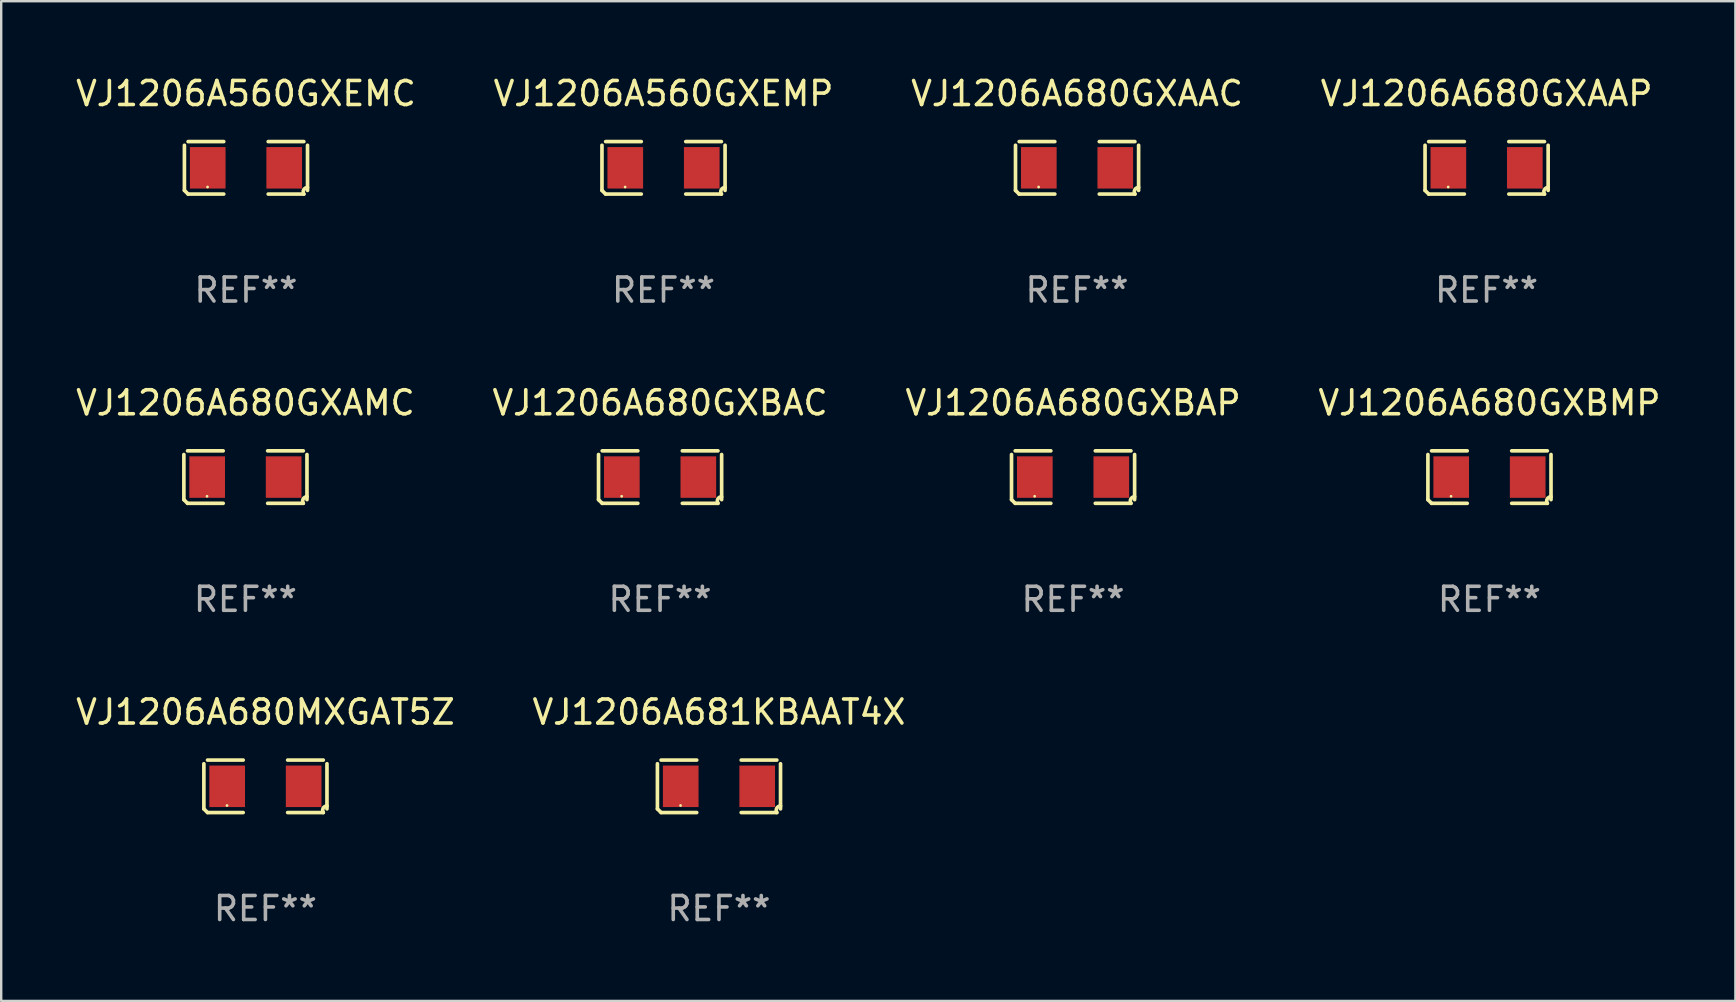
<source format=kicad_pcb>
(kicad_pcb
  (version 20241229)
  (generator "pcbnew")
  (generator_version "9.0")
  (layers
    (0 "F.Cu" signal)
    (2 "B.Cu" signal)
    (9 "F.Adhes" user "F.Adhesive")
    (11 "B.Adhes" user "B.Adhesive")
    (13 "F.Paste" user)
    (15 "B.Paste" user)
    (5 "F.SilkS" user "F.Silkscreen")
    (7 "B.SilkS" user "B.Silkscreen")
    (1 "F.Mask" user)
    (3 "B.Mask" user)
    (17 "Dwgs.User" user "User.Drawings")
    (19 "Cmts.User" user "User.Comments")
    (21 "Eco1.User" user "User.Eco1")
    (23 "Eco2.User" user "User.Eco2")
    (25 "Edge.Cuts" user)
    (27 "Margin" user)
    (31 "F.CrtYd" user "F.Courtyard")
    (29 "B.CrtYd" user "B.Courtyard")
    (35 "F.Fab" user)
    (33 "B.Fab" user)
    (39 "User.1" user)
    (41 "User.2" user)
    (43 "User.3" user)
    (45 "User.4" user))
  (footprint "VJ1206A680GXBAC"
    (layer "F.Cu")
    (at 24.446 16.823)
    (property "Reference" "VJ1206A680GXBAC" (at 0 -3.093 0) (layer "F.SilkS") (effects (font (size 1 1) (thickness 0.15))))
    (attr through_hole)
    (fp_line (start -2.564 0.94) (end -2.564 -0.94) (stroke (width 0.152) (type solid)) (layer "F.SilkS"))
    (fp_line (start -2.411 -1.093) (end -0.926 -1.093) (stroke (width 0.152) (type solid)) (layer "F.SilkS"))
    (fp_line (start -0.926 1.093) (end -2.411 1.093) (stroke (width 0.152) (type solid)) (layer "F.SilkS"))
    (fp_line (start 0.926 1.093) (end 2.411 1.093) (stroke (width 0.152) (type solid)) (layer "F.SilkS"))
    (fp_line (start 2.411 -1.093) (end 0.926 -1.093) (stroke (width 0.152) (type solid)) (layer "F.SilkS"))
    (fp_line (start 2.564 0.94) (end 2.564 -0.94) (stroke (width 0.152) (type solid)) (layer "F.SilkS"))
    (fp_arc (start -2.411201 1.092609) (mid -2.487413 1.01642) (end -2.563602 0.940208) (stroke (width 0.1524) (type solid)) (layer "F.SilkS"))
    (fp_arc (start 2.411201 1.092609) (mid 2.407159 0.911226) (end 2.563602 0.819347) (stroke (width 0.1524) (type solid)) (layer "F.SilkS"))
    (fp_circle (center -1.6 0.8) (end -1.57 0.8) (stroke (width 0.06) (type solid)) (fill no) (layer "F.SilkS"))
    (fp_text user "REF**" (at 0 5.093 0) (layer "F.Fab") (effects (font (size 1 1) (thickness 0.15))))
    (pad "1" smd rect (at -1.593 0) (size 1.485 1.728) (layers "F.Cu" "F.Mask" "F.Paste"))
    (pad "2" smd rect (at 1.593 0) (size 1.485 1.728) (layers "F.Cu" "F.Mask" "F.Paste")))
  (footprint "VJ1206A560GXEMC"
    (layer "F.Cu")
    (at 7.196 3.941)
    (property "Reference" "VJ1206A560GXEMC" (at 0 -3.093 0) (layer "F.SilkS") (effects (font (size 1 1) (thickness 0.15))))
    (attr through_hole)
    (fp_line (start -2.564 0.94) (end -2.564 -0.94) (stroke (width 0.152) (type solid)) (layer "F.SilkS"))
    (fp_line (start -2.411 -1.093) (end -0.926 -1.093) (stroke (width 0.152) (type solid)) (layer "F.SilkS"))
    (fp_line (start -0.926 1.093) (end -2.411 1.093) (stroke (width 0.152) (type solid)) (layer "F.SilkS"))
    (fp_line (start 0.926 1.093) (end 2.411 1.093) (stroke (width 0.152) (type solid)) (layer "F.SilkS"))
    (fp_line (start 2.411 -1.093) (end 0.926 -1.093) (stroke (width 0.152) (type solid)) (layer "F.SilkS"))
    (fp_line (start 2.564 0.94) (end 2.564 -0.94) (stroke (width 0.152) (type solid)) (layer "F.SilkS"))
    (fp_arc (start -2.411201 1.092609) (mid -2.487413 1.01642) (end -2.563602 0.940208) (stroke (width 0.1524) (type solid)) (layer "F.SilkS"))
    (fp_arc (start 2.411201 1.092609) (mid 2.407159 0.911226) (end 2.563602 0.819347) (stroke (width 0.1524) (type solid)) (layer "F.SilkS"))
    (fp_circle (center -1.6 0.8) (end -1.57 0.8) (stroke (width 0.06) (type solid)) (fill no) (layer "F.SilkS"))
    (fp_text user "REF**" (at 0 5.093 0) (layer "F.Fab") (effects (font (size 1 1) (thickness 0.15))))
    (pad "1" smd rect (at -1.593 0) (size 1.485 1.728) (layers "F.Cu" "F.Mask" "F.Paste"))
    (pad "2" smd rect (at 1.593 0) (size 1.485 1.728) (layers "F.Cu" "F.Mask" "F.Paste")))
  (footprint "VJ1206A680GXAMC"
    (layer "F.Cu")
    (at 7.173 16.823)
    (property "Reference" "VJ1206A680GXAMC" (at 0 -3.093 0) (layer "F.SilkS") (effects (font (size 1 1) (thickness 0.15))))
    (attr through_hole)
    (fp_line (start -2.564 0.94) (end -2.564 -0.94) (stroke (width 0.152) (type solid)) (layer "F.SilkS"))
    (fp_line (start -2.411 -1.093) (end -0.926 -1.093) (stroke (width 0.152) (type solid)) (layer "F.SilkS"))
    (fp_line (start -0.926 1.093) (end -2.411 1.093) (stroke (width 0.152) (type solid)) (layer "F.SilkS"))
    (fp_line (start 0.926 1.093) (end 2.411 1.093) (stroke (width 0.152) (type solid)) (layer "F.SilkS"))
    (fp_line (start 2.411 -1.093) (end 0.926 -1.093) (stroke (width 0.152) (type solid)) (layer "F.SilkS"))
    (fp_line (start 2.564 0.94) (end 2.564 -0.94) (stroke (width 0.152) (type solid)) (layer "F.SilkS"))
    (fp_arc (start -2.411201 1.092609) (mid -2.487413 1.01642) (end -2.563602 0.940208) (stroke (width 0.1524) (type solid)) (layer "F.SilkS"))
    (fp_arc (start 2.411201 1.092609) (mid 2.407159 0.911226) (end 2.563602 0.819347) (stroke (width 0.1524) (type solid)) (layer "F.SilkS"))
    (fp_circle (center -1.6 0.8) (end -1.57 0.8) (stroke (width 0.06) (type solid)) (fill no) (layer "F.SilkS"))
    (fp_text user "REF**" (at 0 5.093 0) (layer "F.Fab") (effects (font (size 1 1) (thickness 0.15))))
    (pad "1" smd rect (at -1.593 0) (size 1.485 1.728) (layers "F.Cu" "F.Mask" "F.Paste"))
    (pad "2" smd rect (at 1.593 0) (size 1.485 1.728) (layers "F.Cu" "F.Mask" "F.Paste")))
  (footprint "VJ1206A680GXAAC"
    (layer "F.Cu")
    (at 41.815 3.941)
    (property "Reference" "VJ1206A680GXAAC" (at 0 -3.093 0) (layer "F.SilkS") (effects (font (size 1 1) (thickness 0.15))))
    (attr through_hole)
    (fp_line (start -2.564 0.94) (end -2.564 -0.94) (stroke (width 0.152) (type solid)) (layer "F.SilkS"))
    (fp_line (start -2.411 -1.093) (end -0.926 -1.093) (stroke (width 0.152) (type solid)) (layer "F.SilkS"))
    (fp_line (start -0.926 1.093) (end -2.411 1.093) (stroke (width 0.152) (type solid)) (layer "F.SilkS"))
    (fp_line (start 0.926 1.093) (end 2.411 1.093) (stroke (width 0.152) (type solid)) (layer "F.SilkS"))
    (fp_line (start 2.411 -1.093) (end 0.926 -1.093) (stroke (width 0.152) (type solid)) (layer "F.SilkS"))
    (fp_line (start 2.564 0.94) (end 2.564 -0.94) (stroke (width 0.152) (type solid)) (layer "F.SilkS"))
    (fp_arc (start -2.411201 1.092609) (mid -2.487413 1.01642) (end -2.563602 0.940208) (stroke (width 0.1524) (type solid)) (layer "F.SilkS"))
    (fp_arc (start 2.411201 1.092609) (mid 2.407159 0.911226) (end 2.563602 0.819347) (stroke (width 0.1524) (type solid)) (layer "F.SilkS"))
    (fp_circle (center -1.6 0.8) (end -1.57 0.8) (stroke (width 0.06) (type solid)) (fill no) (layer "F.SilkS"))
    (fp_text user "REF**" (at 0 5.093 0) (layer "F.Fab") (effects (font (size 1 1) (thickness 0.15))))
    (pad "1" smd rect (at -1.593 0) (size 1.485 1.728) (layers "F.Cu" "F.Mask" "F.Paste"))
    (pad "2" smd rect (at 1.593 0) (size 1.485 1.728) (layers "F.Cu" "F.Mask" "F.Paste")))
  (footprint "VJ1206A680MXGAT5Z"
    (layer "F.Cu")
    (at 8.006 29.704)
    (property "Reference" "VJ1206A680MXGAT5Z" (at 0 -3.093 0) (layer "F.SilkS") (effects (font (size 1 1) (thickness 0.15))))
    (attr through_hole)
    (fp_line (start -2.564 0.94) (end -2.564 -0.94) (stroke (width 0.152) (type solid)) (layer "F.SilkS"))
    (fp_line (start -2.411 -1.093) (end -0.926 -1.093) (stroke (width 0.152) (type solid)) (layer "F.SilkS"))
    (fp_line (start -0.926 1.093) (end -2.411 1.093) (stroke (width 0.152) (type solid)) (layer "F.SilkS"))
    (fp_line (start 0.926 1.093) (end 2.411 1.093) (stroke (width 0.152) (type solid)) (layer "F.SilkS"))
    (fp_line (start 2.411 -1.093) (end 0.926 -1.093) (stroke (width 0.152) (type solid)) (layer "F.SilkS"))
    (fp_line (start 2.564 0.94) (end 2.564 -0.94) (stroke (width 0.152) (type solid)) (layer "F.SilkS"))
    (fp_arc (start -2.411201 1.092609) (mid -2.487413 1.01642) (end -2.563602 0.940208) (stroke (width 0.1524) (type solid)) (layer "F.SilkS"))
    (fp_arc (start 2.411201 1.092609) (mid 2.407159 0.911226) (end 2.563602 0.819347) (stroke (width 0.1524) (type solid)) (layer "F.SilkS"))
    (fp_circle (center -1.6 0.8) (end -1.57 0.8) (stroke (width 0.06) (type solid)) (fill no) (layer "F.SilkS"))
    (fp_text user "REF**" (at 0 5.093 0) (layer "F.Fab") (effects (font (size 1 1) (thickness 0.15))))
    (pad "1" smd rect (at -1.593 0) (size 1.485 1.728) (layers "F.Cu" "F.Mask" "F.Paste"))
    (pad "2" smd rect (at 1.593 0) (size 1.485 1.728) (layers "F.Cu" "F.Mask" "F.Paste")))
  (footprint "VJ1206A680GXBAP"
    (layer "F.Cu")
    (at 41.649 16.823)
    (property "Reference" "VJ1206A680GXBAP" (at 0 -3.093 0) (layer "F.SilkS") (effects (font (size 1 1) (thickness 0.15))))
    (attr through_hole)
    (fp_line (start -2.564 0.94) (end -2.564 -0.94) (stroke (width 0.152) (type solid)) (layer "F.SilkS"))
    (fp_line (start -2.411 -1.093) (end -0.926 -1.093) (stroke (width 0.152) (type solid)) (layer "F.SilkS"))
    (fp_line (start -0.926 1.093) (end -2.411 1.093) (stroke (width 0.152) (type solid)) (layer "F.SilkS"))
    (fp_line (start 0.926 1.093) (end 2.411 1.093) (stroke (width 0.152) (type solid)) (layer "F.SilkS"))
    (fp_line (start 2.411 -1.093) (end 0.926 -1.093) (stroke (width 0.152) (type solid)) (layer "F.SilkS"))
    (fp_line (start 2.564 0.94) (end 2.564 -0.94) (stroke (width 0.152) (type solid)) (layer "F.SilkS"))
    (fp_arc (start -2.411201 1.092609) (mid -2.487413 1.01642) (end -2.563602 0.940208) (stroke (width 0.1524) (type solid)) (layer "F.SilkS"))
    (fp_arc (start 2.411201 1.092609) (mid 2.407159 0.911226) (end 2.563602 0.819347) (stroke (width 0.1524) (type solid)) (layer "F.SilkS"))
    (fp_circle (center -1.6 0.8) (end -1.57 0.8) (stroke (width 0.06) (type solid)) (fill no) (layer "F.SilkS"))
    (fp_text user "REF**" (at 0 5.093 0) (layer "F.Fab") (effects (font (size 1 1) (thickness 0.15))))
    (pad "1" smd rect (at -1.593 0) (size 1.485 1.728) (layers "F.Cu" "F.Mask" "F.Paste"))
    (pad "2" smd rect (at 1.593 0) (size 1.485 1.728) (layers "F.Cu" "F.Mask" "F.Paste")))
  (footprint "VJ1206A680GXBMP"
    (layer "F.Cu")
    (at 58.994 16.823)
    (property "Reference" "VJ1206A680GXBMP" (at 0 -3.093 0) (layer "F.SilkS") (effects (font (size 1 1) (thickness 0.15))))
    (attr through_hole)
    (fp_line (start -2.564 0.94) (end -2.564 -0.94) (stroke (width 0.152) (type solid)) (layer "F.SilkS"))
    (fp_line (start -2.411 -1.093) (end -0.926 -1.093) (stroke (width 0.152) (type solid)) (layer "F.SilkS"))
    (fp_line (start -0.926 1.093) (end -2.411 1.093) (stroke (width 0.152) (type solid)) (layer "F.SilkS"))
    (fp_line (start 0.926 1.093) (end 2.411 1.093) (stroke (width 0.152) (type solid)) (layer "F.SilkS"))
    (fp_line (start 2.411 -1.093) (end 0.926 -1.093) (stroke (width 0.152) (type solid)) (layer "F.SilkS"))
    (fp_line (start 2.564 0.94) (end 2.564 -0.94) (stroke (width 0.152) (type solid)) (layer "F.SilkS"))
    (fp_arc (start -2.411201 1.092609) (mid -2.487413 1.01642) (end -2.563602 0.940208) (stroke (width 0.1524) (type solid)) (layer "F.SilkS"))
    (fp_arc (start 2.411201 1.092609) (mid 2.407159 0.911226) (end 2.563602 0.819347) (stroke (width 0.1524) (type solid)) (layer "F.SilkS"))
    (fp_circle (center -1.6 0.8) (end -1.57 0.8) (stroke (width 0.06) (type solid)) (fill no) (layer "F.SilkS"))
    (fp_text user "REF**" (at 0 5.093 0) (layer "F.Fab") (effects (font (size 1 1) (thickness 0.15))))
    (pad "1" smd rect (at -1.593 0) (size 1.485 1.728) (layers "F.Cu" "F.Mask" "F.Paste"))
    (pad "2" smd rect (at 1.593 0) (size 1.485 1.728) (layers "F.Cu" "F.Mask" "F.Paste")))
  (footprint "VJ1206A680GXAAP"
    (layer "F.Cu")
    (at 58.875 3.941)
    (property "Reference" "VJ1206A680GXAAP" (at 0 -3.093 0) (layer "F.SilkS") (effects (font (size 1 1) (thickness 0.15))))
    (attr through_hole)
    (fp_line (start -2.564 0.94) (end -2.564 -0.94) (stroke (width 0.152) (type solid)) (layer "F.SilkS"))
    (fp_line (start -2.411 -1.093) (end -0.926 -1.093) (stroke (width 0.152) (type solid)) (layer "F.SilkS"))
    (fp_line (start -0.926 1.093) (end -2.411 1.093) (stroke (width 0.152) (type solid)) (layer "F.SilkS"))
    (fp_line (start 0.926 1.093) (end 2.411 1.093) (stroke (width 0.152) (type solid)) (layer "F.SilkS"))
    (fp_line (start 2.411 -1.093) (end 0.926 -1.093) (stroke (width 0.152) (type solid)) (layer "F.SilkS"))
    (fp_line (start 2.564 0.94) (end 2.564 -0.94) (stroke (width 0.152) (type solid)) (layer "F.SilkS"))
    (fp_arc (start -2.411201 1.092609) (mid -2.487413 1.01642) (end -2.563602 0.940208) (stroke (width 0.1524) (type solid)) (layer "F.SilkS"))
    (fp_arc (start 2.411201 1.092609) (mid 2.407159 0.911226) (end 2.563602 0.819347) (stroke (width 0.1524) (type solid)) (layer "F.SilkS"))
    (fp_circle (center -1.6 0.8) (end -1.57 0.8) (stroke (width 0.06) (type solid)) (fill no) (layer "F.SilkS"))
    (fp_text user "REF**" (at 0 5.093 0) (layer "F.Fab") (effects (font (size 1 1) (thickness 0.15))))
    (pad "1" smd rect (at -1.593 0) (size 1.485 1.728) (layers "F.Cu" "F.Mask" "F.Paste"))
    (pad "2" smd rect (at 1.593 0) (size 1.485 1.728) (layers "F.Cu" "F.Mask" "F.Paste")))
  (footprint "VJ1206A560GXEMP"
    (layer "F.Cu")
    (at 24.589 3.941)
    (property "Reference" "VJ1206A560GXEMP" (at 0 -3.093 0) (layer "F.SilkS") (effects (font (size 1 1) (thickness 0.15))))
    (attr through_hole)
    (fp_line (start -2.564 0.94) (end -2.564 -0.94) (stroke (width 0.152) (type solid)) (layer "F.SilkS"))
    (fp_line (start -2.411 -1.093) (end -0.926 -1.093) (stroke (width 0.152) (type solid)) (layer "F.SilkS"))
    (fp_line (start -0.926 1.093) (end -2.411 1.093) (stroke (width 0.152) (type solid)) (layer "F.SilkS"))
    (fp_line (start 0.926 1.093) (end 2.411 1.093) (stroke (width 0.152) (type solid)) (layer "F.SilkS"))
    (fp_line (start 2.411 -1.093) (end 0.926 -1.093) (stroke (width 0.152) (type solid)) (layer "F.SilkS"))
    (fp_line (start 2.564 0.94) (end 2.564 -0.94) (stroke (width 0.152) (type solid)) (layer "F.SilkS"))
    (fp_arc (start -2.411201 1.092609) (mid -2.487413 1.01642) (end -2.563602 0.940208) (stroke (width 0.1524) (type solid)) (layer "F.SilkS"))
    (fp_arc (start 2.411201 1.092609) (mid 2.407159 0.911226) (end 2.563602 0.819347) (stroke (width 0.1524) (type solid)) (layer "F.SilkS"))
    (fp_circle (center -1.6 0.8) (end -1.57 0.8) (stroke (width 0.06) (type solid)) (fill no) (layer "F.SilkS"))
    (fp_text user "REF**" (at 0 5.093 0) (layer "F.Fab") (effects (font (size 1 1) (thickness 0.15))))
    (pad "1" smd rect (at -1.593 0) (size 1.485 1.728) (layers "F.Cu" "F.Mask" "F.Paste"))
    (pad "2" smd rect (at 1.593 0) (size 1.485 1.728) (layers "F.Cu" "F.Mask" "F.Paste")))
  (footprint "VJ1206A681KBAAT4X"
    (layer "F.Cu")
    (at 26.899 29.704)
    (property "Reference" "VJ1206A681KBAAT4X" (at 0 -3.093 0) (layer "F.SilkS") (effects (font (size 1 1) (thickness 0.15))))
    (attr through_hole)
    (fp_line (start -2.564 0.94) (end -2.564 -0.94) (stroke (width 0.152) (type solid)) (layer "F.SilkS"))
    (fp_line (start -2.411 -1.093) (end -0.926 -1.093) (stroke (width 0.152) (type solid)) (layer "F.SilkS"))
    (fp_line (start -0.926 1.093) (end -2.411 1.093) (stroke (width 0.152) (type solid)) (layer "F.SilkS"))
    (fp_line (start 0.926 1.093) (end 2.411 1.093) (stroke (width 0.152) (type solid)) (layer "F.SilkS"))
    (fp_line (start 2.411 -1.093) (end 0.926 -1.093) (stroke (width 0.152) (type solid)) (layer "F.SilkS"))
    (fp_line (start 2.564 0.94) (end 2.564 -0.94) (stroke (width 0.152) (type solid)) (layer "F.SilkS"))
    (fp_arc (start -2.411201 1.092609) (mid -2.487413 1.01642) (end -2.563602 0.940208) (stroke (width 0.1524) (type solid)) (layer "F.SilkS"))
    (fp_arc (start 2.411201 1.092609) (mid 2.407159 0.911226) (end 2.563602 0.819347) (stroke (width 0.1524) (type solid)) (layer "F.SilkS"))
    (fp_circle (center -1.6 0.8) (end -1.57 0.8) (stroke (width 0.06) (type solid)) (fill no) (layer "F.SilkS"))
    (fp_text user "REF**" (at 0 5.093 0) (layer "F.Fab") (effects (font (size 1 1) (thickness 0.15))))
    (pad "1" smd rect (at -1.593 0) (size 1.485 1.728) (layers "F.Cu" "F.Mask" "F.Paste"))
    (pad "2" smd rect (at 1.593 0) (size 1.485 1.728) (layers "F.Cu" "F.Mask" "F.Paste")))
  (gr_rect
    (start -3 -3)
    (end 69.238 38.645)
    (stroke (width 0.1) (type default))
    (fill no)
    (layer "Edge.Cuts")))
</source>
